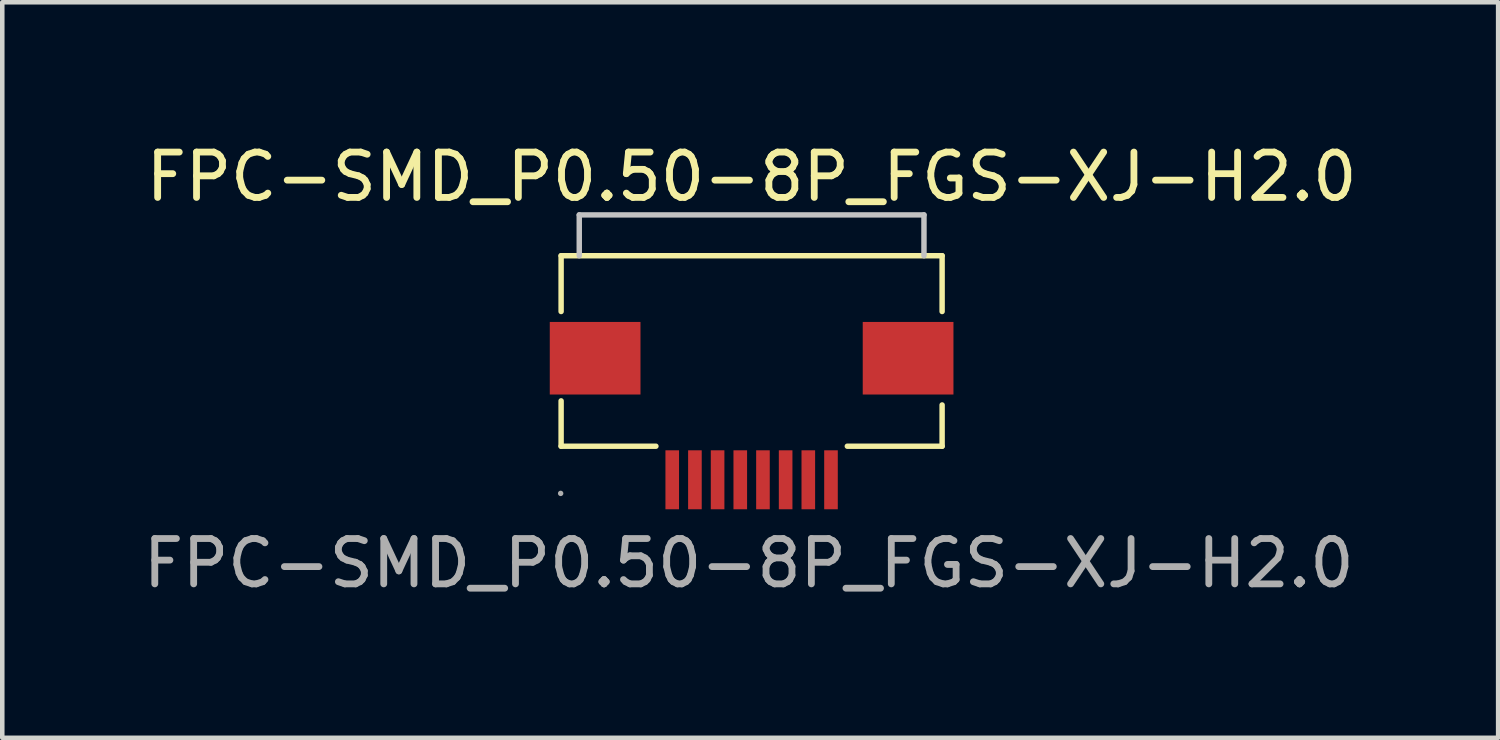
<source format=kicad_pcb>
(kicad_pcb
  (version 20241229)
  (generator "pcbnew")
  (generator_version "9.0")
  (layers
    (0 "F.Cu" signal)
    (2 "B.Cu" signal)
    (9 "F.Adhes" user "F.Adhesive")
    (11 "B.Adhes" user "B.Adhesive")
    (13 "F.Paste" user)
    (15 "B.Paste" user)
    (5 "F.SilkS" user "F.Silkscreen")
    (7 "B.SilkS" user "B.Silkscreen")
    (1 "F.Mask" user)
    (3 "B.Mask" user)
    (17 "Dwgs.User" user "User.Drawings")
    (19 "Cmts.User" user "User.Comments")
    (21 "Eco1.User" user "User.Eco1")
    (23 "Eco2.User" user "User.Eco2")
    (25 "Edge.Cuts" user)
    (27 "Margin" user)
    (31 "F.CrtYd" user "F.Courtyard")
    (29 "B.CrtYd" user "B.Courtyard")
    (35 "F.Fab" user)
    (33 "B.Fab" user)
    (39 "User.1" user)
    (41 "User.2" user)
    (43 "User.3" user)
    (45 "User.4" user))
  (footprint "FPC-SMD_P0.50-8P_FGS-XJ-H2.0"
    (layer "F.Cu")
    (at 13.521 6.188)
    (property "Reference" "FPC-SMD_P0.50-8P_FGS-XJ-H2.0" (at 0 -5.34 0) (layer "F.SilkS") (effects (font (size 1 1) (thickness 0.15))))
    (attr smd)
    (fp_line (start -4.2 -3.6) (end -4.2 -2.37) (stroke (width 0.12) (type solid)) (layer "F.SilkS"))
    (fp_line (start -4.2 -0.4) (end -4.2 0.6) (stroke (width 0.12) (type solid)) (layer "F.SilkS"))
    (fp_line (start -4.2 0.6) (end -2.11 0.6) (stroke (width 0.12) (type solid)) (layer "F.SilkS"))
    (fp_line (start 2.11 0.6) (end 4.2 0.6) (stroke (width 0.12) (type solid)) (layer "F.SilkS"))
    (fp_line (start 4.2 -3.6) (end -4.2 -3.6) (stroke (width 0.12) (type solid)) (layer "F.SilkS"))
    (fp_line (start 4.2 -2.37) (end 4.2 -3.6) (stroke (width 0.12) (type solid)) (layer "F.SilkS"))
    (fp_line (start 4.2 0.6) (end 4.2 -0.31) (stroke (width 0.12) (type solid)) (layer "F.SilkS"))
    (fp_line (start -3.8 -4.5) (end 3.8 -4.5) (stroke (width 0.12) (type solid)) (layer "Dwgs.User"))
    (fp_line (start -3.8 -3.6) (end -3.8 -4.5) (stroke (width 0.12) (type solid)) (layer "Dwgs.User"))
    (fp_line (start 3.8 -4.5) (end 3.8 -3.6) (stroke (width 0.12) (type solid)) (layer "Dwgs.User"))
    (fp_circle (center -4.21 1.64) (end -4.18 1.64) (stroke (width 0.06) (type solid)) (fill no) (layer "F.Fab"))
    (fp_text user "${REFERENCE}" (at -0.063 3.18 0) (layer "F.Fab") (effects (font (size 1 1) (thickness 0.15))))
    (pad "1" smd rect (at -1.75 1.34) (size 0.3 1.3) (layers "F.Cu" "F.Mask" "F.Paste"))
    (pad "2" smd rect (at -1.25 1.34) (size 0.3 1.3) (layers "F.Cu" "F.Mask" "F.Paste"))
    (pad "3" smd rect (at -0.75 1.34) (size 0.3 1.3) (layers "F.Cu" "F.Mask" "F.Paste"))
    (pad "4" smd rect (at -0.25 1.34) (size 0.3 1.3) (layers "F.Cu" "F.Mask" "F.Paste"))
    (pad "5" smd rect (at 0.25 1.34) (size 0.3 1.3) (layers "F.Cu" "F.Mask" "F.Paste"))
    (pad "6" smd rect (at 0.75 1.34) (size 0.3 1.3) (layers "F.Cu" "F.Mask" "F.Paste"))
    (pad "7" smd rect (at 1.25 1.34) (size 0.3 1.3) (layers "F.Cu" "F.Mask" "F.Paste"))
    (pad "8" smd rect (at 1.75 1.34) (size 0.3 1.3) (layers "F.Cu" "F.Mask" "F.Paste"))
    (pad "9" smd rect (at 3.45 -1.34 270) (size 1.6 2) (layers "F.Cu" "F.Mask" "F.Paste"))
    (pad "10" smd rect (at -3.45 -1.34 270) (size 1.6 2) (layers "F.Cu" "F.Mask" "F.Paste")))
  (gr_rect
    (start -3 -3)
    (end 29.98 13.216)
    (stroke (width 0.1) (type default))
    (fill no)
    (layer "Edge.Cuts")))
</source>
